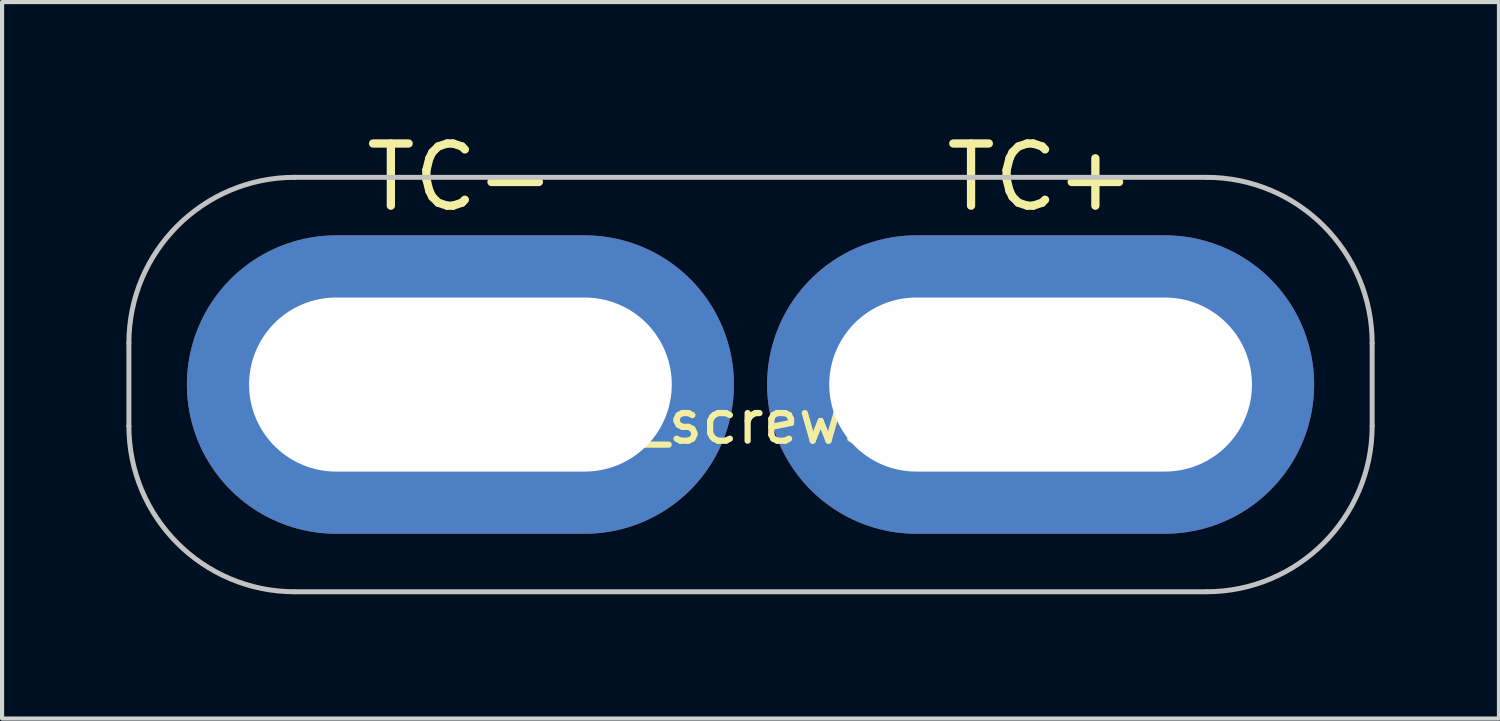
<source format=kicad_pcb>
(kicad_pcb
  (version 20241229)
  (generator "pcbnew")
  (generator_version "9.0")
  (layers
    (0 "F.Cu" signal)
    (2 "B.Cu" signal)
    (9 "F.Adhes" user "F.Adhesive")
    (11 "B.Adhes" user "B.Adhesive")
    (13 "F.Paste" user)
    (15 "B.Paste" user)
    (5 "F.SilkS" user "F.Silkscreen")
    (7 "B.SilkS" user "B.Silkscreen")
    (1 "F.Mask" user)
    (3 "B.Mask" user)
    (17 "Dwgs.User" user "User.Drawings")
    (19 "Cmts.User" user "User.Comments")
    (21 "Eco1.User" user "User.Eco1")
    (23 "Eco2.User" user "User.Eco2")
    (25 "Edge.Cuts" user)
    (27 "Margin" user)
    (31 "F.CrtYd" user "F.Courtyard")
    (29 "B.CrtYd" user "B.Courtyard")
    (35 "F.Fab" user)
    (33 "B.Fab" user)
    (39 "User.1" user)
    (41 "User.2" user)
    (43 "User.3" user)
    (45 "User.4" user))
  (footprint "tc_screws"
    (layer "F.Cu")
    (at 15.06 6.229)
    (property "Reference" "tc_screws" (at -0.57 0.9 0) (layer "F.SilkS") (effects (font (size 1 1) (thickness 0.15))))
    (attr through_hole)
    (fp_line (start -15 -1) (end -15 1) (stroke (width 0.12) (type solid)) (layer "Dwgs.User"))
    (fp_line (start -11 -5) (end 11 -5) (stroke (width 0.12) (type solid)) (layer "Dwgs.User"))
    (fp_line (start -11 5) (end 11 5) (stroke (width 0.12) (type solid)) (layer "Dwgs.User"))
    (fp_line (start 15 -1) (end 15 1) (stroke (width 0.12) (type solid)) (layer "Dwgs.User"))
    (fp_arc (start -15 -1) (mid -13.828427 -3.828427) (end -11 -5) (stroke (width 0.12) (type solid)) (layer "Dwgs.User"))
    (fp_arc (start -11 5) (mid -13.828427 3.828427) (end -15 1) (stroke (width 0.12) (type solid)) (layer "Dwgs.User"))
    (fp_arc (start 11 -5) (mid 13.828427 -3.828427) (end 15 -1) (stroke (width 0.12) (type solid)) (layer "Dwgs.User"))
    (fp_arc (start 15 1) (mid 13.828427 3.828427) (end 11 5) (stroke (width 0.12) (type solid)) (layer "Dwgs.User"))
    (fp_text user "TC+" (at 7 -5 0) (layer "F.SilkS") (effects (font (size 1.5 1.5) (thickness 0.2))))
    (fp_text user "TC-" (at -7 -5 0) (layer "F.SilkS") (effects (font (size 1.5 1.5) (thickness 0.2))))
    (pad "1" thru_hole oval (at -7 0) (size 13.2 7.2) (drill oval 10.2 4.2) (layers "*.Cu" "*.Mask"))
    (pad "2" thru_hole oval (at 7 0) (size 13.2 7.2) (drill oval 10.2 4.2) (layers "*.Cu" "*.Mask")))
  (gr_rect
    (start -3 -3)
    (end 33.12 14.289)
    (stroke (width 0.1) (type default))
    (fill no)
    (layer "Edge.Cuts")))
</source>
